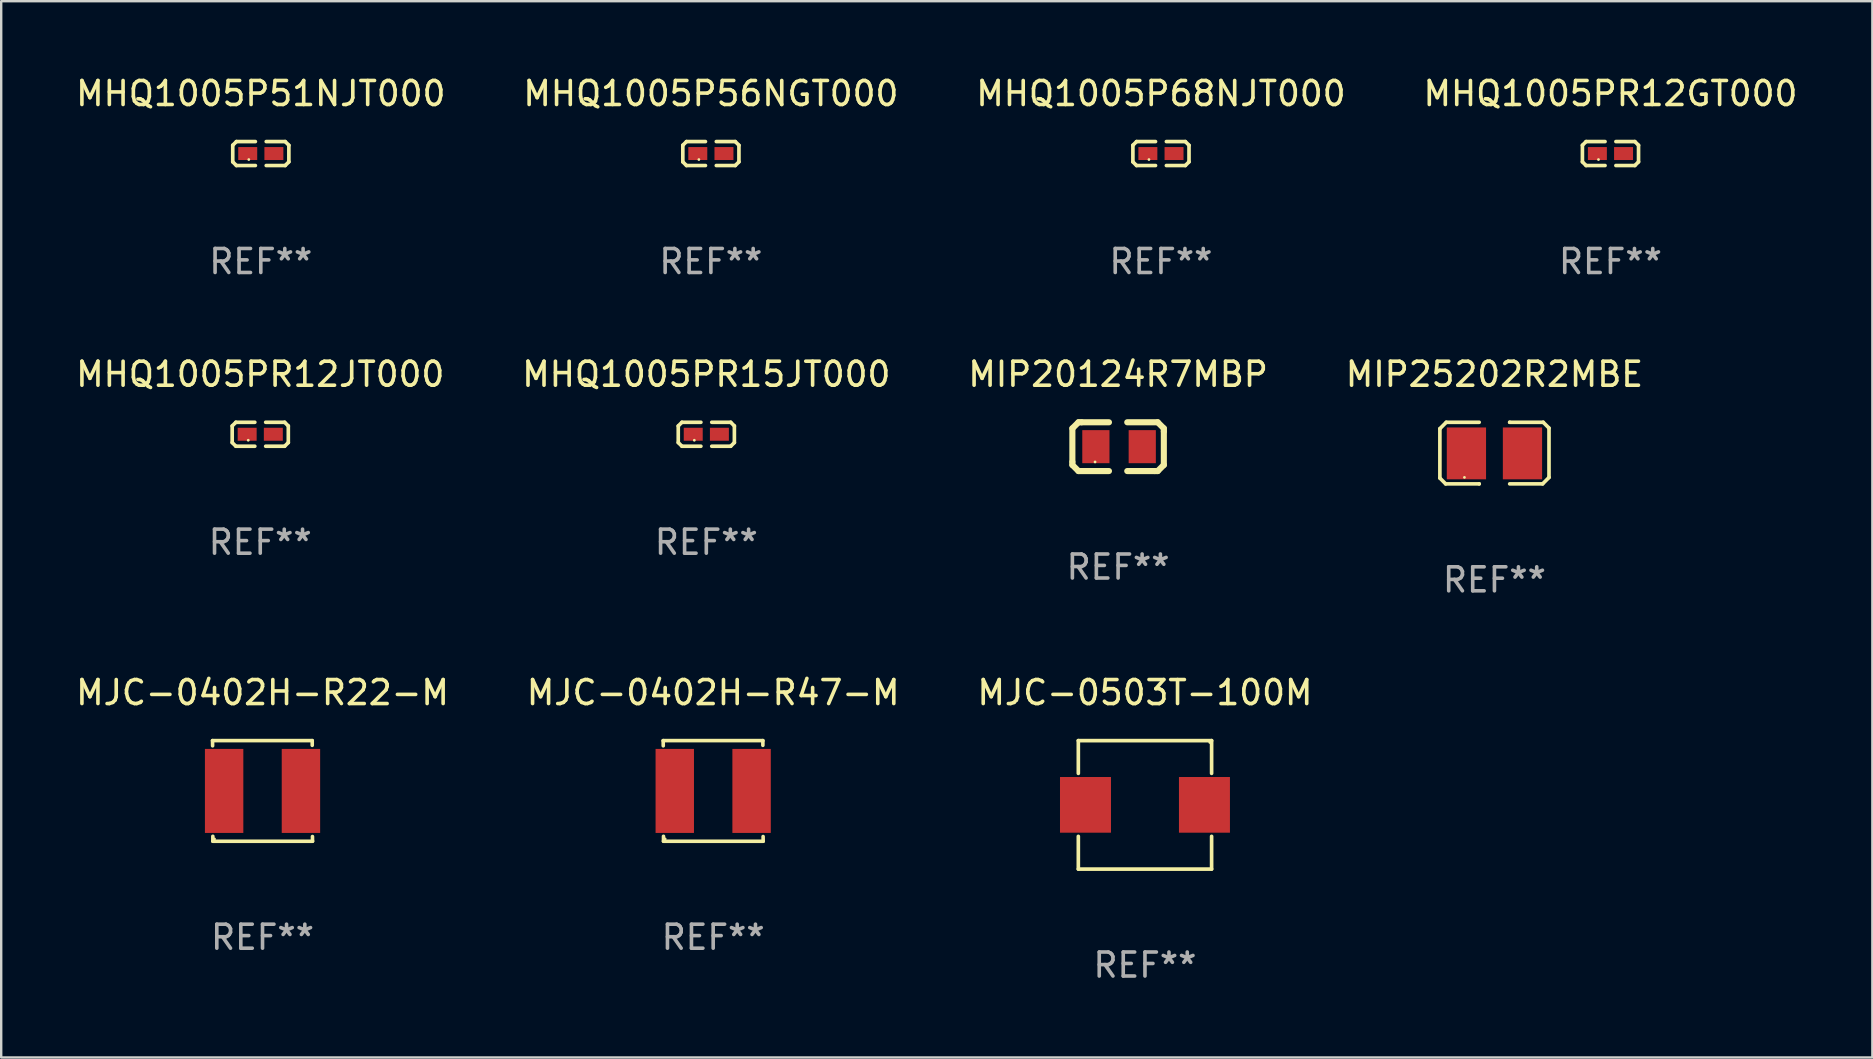
<source format=kicad_pcb>
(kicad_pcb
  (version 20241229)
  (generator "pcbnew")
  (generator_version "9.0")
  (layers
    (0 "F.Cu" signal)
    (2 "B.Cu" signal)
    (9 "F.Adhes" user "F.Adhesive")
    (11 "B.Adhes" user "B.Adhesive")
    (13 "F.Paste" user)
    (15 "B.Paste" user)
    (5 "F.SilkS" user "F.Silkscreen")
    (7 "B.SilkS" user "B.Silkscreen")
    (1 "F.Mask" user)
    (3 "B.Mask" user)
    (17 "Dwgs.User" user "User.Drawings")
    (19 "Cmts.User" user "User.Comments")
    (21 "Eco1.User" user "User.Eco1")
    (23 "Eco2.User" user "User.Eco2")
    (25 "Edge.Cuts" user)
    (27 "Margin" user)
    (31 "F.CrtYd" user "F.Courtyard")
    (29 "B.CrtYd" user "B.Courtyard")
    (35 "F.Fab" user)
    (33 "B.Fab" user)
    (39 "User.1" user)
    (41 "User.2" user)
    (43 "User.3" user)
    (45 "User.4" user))
  (footprint "MJC-0402H-R22-M"
    (layer "F.Cu")
    (at 7.887 29.9)
    (property "Reference" "MJC-0402H-R22-M" (at 0 -4.096 0) (layer "F.SilkS") (effects (font (size 1 1) (thickness 0.15))))
    (attr through_hole)
    (fp_line (start -2.083 -2.096) (end -2.08 -1.88) (stroke (width 0.15) (type solid)) (layer "F.SilkS"))
    (fp_line (start -2.07 1.89) (end -2.07 2.096) (stroke (width 0.15) (type solid)) (layer "F.SilkS"))
    (fp_line (start -2.07 2.096) (end 2.083 2.096) (stroke (width 0.15) (type solid)) (layer "F.SilkS"))
    (fp_line (start 2.07 -1.9) (end 2.07 -2.096) (stroke (width 0.15) (type solid)) (layer "F.SilkS"))
    (fp_line (start 2.07 -2.096) (end -2.083 -2.096) (stroke (width 0.15) (type solid)) (layer "F.SilkS"))
    (fp_line (start 2.083 2.096) (end 2.08 1.9) (stroke (width 0.15) (type solid)) (layer "F.SilkS"))
    (fp_circle (center -2 2) (end -1.97 2) (stroke (width 0.06) (type solid)) (fill no) (layer "F.SilkS"))
    (fp_text user "REF**" (at 0 6.096 0) (layer "F.Fab") (effects (font (size 1 1) (thickness 0.15))))
    (pad "1" smd rect (at -1.6 -0.000343) (size 1.6 3.5) (layers "F.Cu" "F.Mask" "F.Paste"))
    (pad "2" smd rect (at 1.6 -0.000343) (size 1.6 3.5) (layers "F.Cu" "F.Mask" "F.Paste")))
  (footprint "MJC-0503T-100M"
    (layer "F.Cu")
    (at 44.649 30.48)
    (property "Reference" "MJC-0503T-100M" (at 0 -4.676 0) (layer "F.SilkS") (effects (font (size 1 1) (thickness 0.15))))
    (attr through_hole)
    (fp_line (start -2.776 -2.676) (end 2.776 -2.676) (stroke (width 0.152) (type solid)) (layer "F.SilkS"))
    (fp_line (start -2.776 -1.312) (end -2.776 -2.676) (stroke (width 0.152) (type solid)) (layer "F.SilkS"))
    (fp_line (start -2.776 1.312) (end -2.776 2.676) (stroke (width 0.152) (type solid)) (layer "F.SilkS"))
    (fp_line (start -2.776 2.676) (end 2.776 2.676) (stroke (width 0.152) (type solid)) (layer "F.SilkS"))
    (fp_line (start 2.776 -2.676) (end 2.776 -1.312) (stroke (width 0.152) (type solid)) (layer "F.SilkS"))
    (fp_line (start 2.776 2.676) (end 2.776 1.312) (stroke (width 0.152) (type solid)) (layer "F.SilkS"))
    (fp_circle (center 2.7 -2.6) (end 2.73 -2.6) (stroke (width 0.06) (type solid)) (fill no) (layer "F.SilkS"))
    (fp_text user "REF**" (at 0 6.676 0) (layer "F.Fab") (effects (font (size 1 1) (thickness 0.15))))
    (pad "1" smd rect (at 2.478 0) (size 2.124 2.32) (layers "F.Cu" "F.Mask" "F.Paste"))
    (pad "2" smd rect (at -2.478 0) (size 2.124 2.32) (layers "F.Cu" "F.Mask" "F.Paste")))
  (footprint "MHQ1005PR15JT000"
    (layer "F.Cu")
    (at 26.375 15.041)
    (property "Reference" "MHQ1005PR15JT000" (at 0 -2.499 0) (layer "F.SilkS") (effects (font (size 1 1) (thickness 0.15))))
    (attr through_hole)
    (fp_line (start -1.169 -0.346) (end -1.016 -0.499) (stroke (width 0.152) (type solid)) (layer "F.SilkS"))
    (fp_line (start -1.169 0.346) (end -1.169 -0.346) (stroke (width 0.152) (type solid)) (layer "F.SilkS"))
    (fp_line (start -1.016 -0.499) (end -0.226 -0.499) (stroke (width 0.152) (type solid)) (layer "F.SilkS"))
    (fp_line (start -1.016 0.499) (end -1.169 0.346) (stroke (width 0.152) (type solid)) (layer "F.SilkS"))
    (fp_line (start -0.226 0.499) (end -1.016 0.499) (stroke (width 0.152) (type solid)) (layer "F.SilkS"))
    (fp_line (start 0.226 0.499) (end 1.016 0.499) (stroke (width 0.152) (type solid)) (layer "F.SilkS"))
    (fp_line (start 1.016 -0.499) (end 0.226 -0.499) (stroke (width 0.152) (type solid)) (layer "F.SilkS"))
    (fp_line (start 1.016 0.499) (end 1.169 0.346) (stroke (width 0.152) (type solid)) (layer "F.SilkS"))
    (fp_line (start 1.169 -0.346) (end 1.016 -0.499) (stroke (width 0.152) (type solid)) (layer "F.SilkS"))
    (fp_line (start 1.169 0.346) (end 1.169 -0.346) (stroke (width 0.152) (type solid)) (layer "F.SilkS"))
    (fp_circle (center -0.5 0.25) (end -0.47 0.25) (stroke (width 0.06) (type solid)) (fill no) (layer "F.SilkS"))
    (fp_text user "REF**" (at 0 4.499 0) (layer "F.Fab") (effects (font (size 1 1) (thickness 0.15))))
    (pad "1" smd rect (at -0.545 0) (size 0.79 0.54) (layers "F.Cu" "F.Mask" "F.Paste"))
    (pad "2" smd rect (at 0.545 0) (size 0.79 0.54) (layers "F.Cu" "F.Mask" "F.Paste")))
  (footprint "MHQ1005P56NGT000"
    (layer "F.Cu")
    (at 26.565 3.347)
    (property "Reference" "MHQ1005P56NGT000" (at 0 -2.499 0) (layer "F.SilkS") (effects (font (size 1 1) (thickness 0.15))))
    (attr through_hole)
    (fp_line (start -1.169 -0.346) (end -1.016 -0.499) (stroke (width 0.152) (type solid)) (layer "F.SilkS"))
    (fp_line (start -1.169 0.346) (end -1.169 -0.346) (stroke (width 0.152) (type solid)) (layer "F.SilkS"))
    (fp_line (start -1.016 -0.499) (end -0.226 -0.499) (stroke (width 0.152) (type solid)) (layer "F.SilkS"))
    (fp_line (start -1.016 0.499) (end -1.169 0.346) (stroke (width 0.152) (type solid)) (layer "F.SilkS"))
    (fp_line (start -0.226 0.499) (end -1.016 0.499) (stroke (width 0.152) (type solid)) (layer "F.SilkS"))
    (fp_line (start 0.226 0.499) (end 1.016 0.499) (stroke (width 0.152) (type solid)) (layer "F.SilkS"))
    (fp_line (start 1.016 -0.499) (end 0.226 -0.499) (stroke (width 0.152) (type solid)) (layer "F.SilkS"))
    (fp_line (start 1.016 0.499) (end 1.169 0.346) (stroke (width 0.152) (type solid)) (layer "F.SilkS"))
    (fp_line (start 1.169 -0.346) (end 1.016 -0.499) (stroke (width 0.152) (type solid)) (layer "F.SilkS"))
    (fp_line (start 1.169 0.346) (end 1.169 -0.346) (stroke (width 0.152) (type solid)) (layer "F.SilkS"))
    (fp_circle (center -0.5 0.25) (end -0.47 0.25) (stroke (width 0.06) (type solid)) (fill no) (layer "F.SilkS"))
    (fp_text user "REF**" (at 0 4.499 0) (layer "F.Fab") (effects (font (size 1 1) (thickness 0.15))))
    (pad "1" smd rect (at -0.545 0) (size 0.79 0.54) (layers "F.Cu" "F.Mask" "F.Paste"))
    (pad "2" smd rect (at 0.545 0) (size 0.79 0.54) (layers "F.Cu" "F.Mask" "F.Paste")))
  (footprint "MJC-0402H-R47-M"
    (layer "F.Cu")
    (at 26.661 29.9)
    (property "Reference" "MJC-0402H-R47-M" (at 0 -4.096 0) (layer "F.SilkS") (effects (font (size 1 1) (thickness 0.15))))
    (attr through_hole)
    (fp_line (start -2.083 -2.096) (end -2.08 -1.88) (stroke (width 0.15) (type solid)) (layer "F.SilkS"))
    (fp_line (start -2.07 1.89) (end -2.07 2.096) (stroke (width 0.15) (type solid)) (layer "F.SilkS"))
    (fp_line (start -2.07 2.096) (end 2.083 2.096) (stroke (width 0.15) (type solid)) (layer "F.SilkS"))
    (fp_line (start 2.07 -1.9) (end 2.07 -2.096) (stroke (width 0.15) (type solid)) (layer "F.SilkS"))
    (fp_line (start 2.07 -2.096) (end -2.083 -2.096) (stroke (width 0.15) (type solid)) (layer "F.SilkS"))
    (fp_line (start 2.083 2.096) (end 2.08 1.9) (stroke (width 0.15) (type solid)) (layer "F.SilkS"))
    (fp_circle (center -2 2) (end -1.97 2) (stroke (width 0.06) (type solid)) (fill no) (layer "F.SilkS"))
    (fp_text user "REF**" (at 0 6.096 0) (layer "F.Fab") (effects (font (size 1 1) (thickness 0.15))))
    (pad "1" smd rect (at -1.6 -0.000343) (size 1.6 3.5) (layers "F.Cu" "F.Mask" "F.Paste"))
    (pad "2" smd rect (at 1.6 -0.000343) (size 1.6 3.5) (layers "F.Cu" "F.Mask" "F.Paste")))
  (footprint "MHQ1005P51NJT000"
    (layer "F.Cu")
    (at 7.815 3.347)
    (property "Reference" "MHQ1005P51NJT000" (at 0 -2.499 0) (layer "F.SilkS") (effects (font (size 1 1) (thickness 0.15))))
    (attr through_hole)
    (fp_line (start -1.169 -0.346) (end -1.016 -0.499) (stroke (width 0.152) (type solid)) (layer "F.SilkS"))
    (fp_line (start -1.169 0.346) (end -1.169 -0.346) (stroke (width 0.152) (type solid)) (layer "F.SilkS"))
    (fp_line (start -1.016 -0.499) (end -0.226 -0.499) (stroke (width 0.152) (type solid)) (layer "F.SilkS"))
    (fp_line (start -1.016 0.499) (end -1.169 0.346) (stroke (width 0.152) (type solid)) (layer "F.SilkS"))
    (fp_line (start -0.226 0.499) (end -1.016 0.499) (stroke (width 0.152) (type solid)) (layer "F.SilkS"))
    (fp_line (start 0.226 0.499) (end 1.016 0.499) (stroke (width 0.152) (type solid)) (layer "F.SilkS"))
    (fp_line (start 1.016 -0.499) (end 0.226 -0.499) (stroke (width 0.152) (type solid)) (layer "F.SilkS"))
    (fp_line (start 1.016 0.499) (end 1.169 0.346) (stroke (width 0.152) (type solid)) (layer "F.SilkS"))
    (fp_line (start 1.169 -0.346) (end 1.016 -0.499) (stroke (width 0.152) (type solid)) (layer "F.SilkS"))
    (fp_line (start 1.169 0.346) (end 1.169 -0.346) (stroke (width 0.152) (type solid)) (layer "F.SilkS"))
    (fp_circle (center -0.5 0.25) (end -0.47 0.25) (stroke (width 0.06) (type solid)) (fill no) (layer "F.SilkS"))
    (fp_text user "REF**" (at 0 4.499 0) (layer "F.Fab") (effects (font (size 1 1) (thickness 0.15))))
    (pad "1" smd rect (at -0.545 0) (size 0.79 0.54) (layers "F.Cu" "F.Mask" "F.Paste"))
    (pad "2" smd rect (at 0.545 0) (size 0.79 0.54) (layers "F.Cu" "F.Mask" "F.Paste")))
  (footprint "MHQ1005PR12JT000"
    (layer "F.Cu")
    (at 7.792 15.041)
    (property "Reference" "MHQ1005PR12JT000" (at 0 -2.499 0) (layer "F.SilkS") (effects (font (size 1 1) (thickness 0.15))))
    (attr through_hole)
    (fp_line (start -1.169 -0.346) (end -1.016 -0.499) (stroke (width 0.152) (type solid)) (layer "F.SilkS"))
    (fp_line (start -1.169 0.346) (end -1.169 -0.346) (stroke (width 0.152) (type solid)) (layer "F.SilkS"))
    (fp_line (start -1.016 -0.499) (end -0.226 -0.499) (stroke (width 0.152) (type solid)) (layer "F.SilkS"))
    (fp_line (start -1.016 0.499) (end -1.169 0.346) (stroke (width 0.152) (type solid)) (layer "F.SilkS"))
    (fp_line (start -0.226 0.499) (end -1.016 0.499) (stroke (width 0.152) (type solid)) (layer "F.SilkS"))
    (fp_line (start 0.226 0.499) (end 1.016 0.499) (stroke (width 0.152) (type solid)) (layer "F.SilkS"))
    (fp_line (start 1.016 -0.499) (end 0.226 -0.499) (stroke (width 0.152) (type solid)) (layer "F.SilkS"))
    (fp_line (start 1.016 0.499) (end 1.169 0.346) (stroke (width 0.152) (type solid)) (layer "F.SilkS"))
    (fp_line (start 1.169 -0.346) (end 1.016 -0.499) (stroke (width 0.152) (type solid)) (layer "F.SilkS"))
    (fp_line (start 1.169 0.346) (end 1.169 -0.346) (stroke (width 0.152) (type solid)) (layer "F.SilkS"))
    (fp_circle (center -0.5 0.25) (end -0.47 0.25) (stroke (width 0.06) (type solid)) (fill no) (layer "F.SilkS"))
    (fp_text user "REF**" (at 0 4.499 0) (layer "F.Fab") (effects (font (size 1 1) (thickness 0.15))))
    (pad "1" smd rect (at -0.545 0) (size 0.79 0.54) (layers "F.Cu" "F.Mask" "F.Paste"))
    (pad "2" smd rect (at 0.545 0) (size 0.79 0.54) (layers "F.Cu" "F.Mask" "F.Paste")))
  (footprint "MIP25202R2MBE"
    (layer "F.Cu")
    (at 59.208 15.825)
    (property "Reference" "MIP25202R2MBE" (at 0 -3.283 0) (layer "F.SilkS") (effects (font (size 1 1) (thickness 0.15))))
    (attr through_hole)
    (fp_line (start -2.273 -1.016) (end -2.007 -1.283) (stroke (width 0.152) (type solid)) (layer "F.SilkS"))
    (fp_line (start -2.273 1.041) (end -2.273 -1.016) (stroke (width 0.152) (type solid)) (layer "F.SilkS"))
    (fp_line (start -2.032 1.283) (end -2.273 1.041) (stroke (width 0.152) (type solid)) (layer "F.SilkS"))
    (fp_line (start -2.007 -1.283) (end -0.635 -1.283) (stroke (width 0.152) (type solid)) (layer "F.SilkS"))
    (fp_line (start -0.635 1.283) (end -2.032 1.283) (stroke (width 0.152) (type solid)) (layer "F.SilkS"))
    (fp_line (start -0.635 1.283) (end -0.635 1.283) (stroke (width 0.152) (type solid)) (layer "F.SilkS"))
    (fp_line (start 0.635 -1.283) (end 0.635 -1.283) (stroke (width 0.152) (type solid)) (layer "F.SilkS"))
    (fp_line (start 0.635 -1.283) (end 2.032 -1.283) (stroke (width 0.152) (type solid)) (layer "F.SilkS"))
    (fp_line (start 2.007 1.283) (end 0.635 1.283) (stroke (width 0.152) (type solid)) (layer "F.SilkS"))
    (fp_line (start 2.032 -1.283) (end 2.273 -1.041) (stroke (width 0.152) (type solid)) (layer "F.SilkS"))
    (fp_line (start 2.273 -1.041) (end 2.273 1.016) (stroke (width 0.152) (type solid)) (layer "F.SilkS"))
    (fp_line (start 2.273 1.016) (end 2.007 1.283) (stroke (width 0.152) (type solid)) (layer "F.SilkS"))
    (fp_circle (center -1.25 1.013) (end -1.22 1.013) (stroke (width 0.06) (type solid)) (fill no) (layer "F.SilkS"))
    (fp_text user "REF**" (at 0 5.283 0) (layer "F.Fab") (effects (font (size 1 1) (thickness 0.15))))
    (pad "1" smd rect (at -1.167 0.013) (size 1.635 2.16) (layers "F.Cu" "F.Mask" "F.Paste"))
    (pad "2" smd rect (at 1.168 0.013) (size 1.635 2.16) (layers "F.Cu" "F.Mask" "F.Paste")))
  (footprint "MHQ1005PR12GT000"
    (layer "F.Cu")
    (at 64.042 3.347)
    (property "Reference" "MHQ1005PR12GT000" (at 0 -2.499 0) (layer "F.SilkS") (effects (font (size 1 1) (thickness 0.15))))
    (attr through_hole)
    (fp_line (start -1.169 -0.346) (end -1.016 -0.499) (stroke (width 0.152) (type solid)) (layer "F.SilkS"))
    (fp_line (start -1.169 0.346) (end -1.169 -0.346) (stroke (width 0.152) (type solid)) (layer "F.SilkS"))
    (fp_line (start -1.016 -0.499) (end -0.226 -0.499) (stroke (width 0.152) (type solid)) (layer "F.SilkS"))
    (fp_line (start -1.016 0.499) (end -1.169 0.346) (stroke (width 0.152) (type solid)) (layer "F.SilkS"))
    (fp_line (start -0.226 0.499) (end -1.016 0.499) (stroke (width 0.152) (type solid)) (layer "F.SilkS"))
    (fp_line (start 0.226 0.499) (end 1.016 0.499) (stroke (width 0.152) (type solid)) (layer "F.SilkS"))
    (fp_line (start 1.016 -0.499) (end 0.226 -0.499) (stroke (width 0.152) (type solid)) (layer "F.SilkS"))
    (fp_line (start 1.016 0.499) (end 1.169 0.346) (stroke (width 0.152) (type solid)) (layer "F.SilkS"))
    (fp_line (start 1.169 -0.346) (end 1.016 -0.499) (stroke (width 0.152) (type solid)) (layer "F.SilkS"))
    (fp_line (start 1.169 0.346) (end 1.169 -0.346) (stroke (width 0.152) (type solid)) (layer "F.SilkS"))
    (fp_circle (center -0.5 0.25) (end -0.47 0.25) (stroke (width 0.06) (type solid)) (fill no) (layer "F.SilkS"))
    (fp_text user "REF**" (at 0 4.499 0) (layer "F.Fab") (effects (font (size 1 1) (thickness 0.15))))
    (pad "1" smd rect (at -0.545 0) (size 0.79 0.54) (layers "F.Cu" "F.Mask" "F.Paste"))
    (pad "2" smd rect (at 0.545 0) (size 0.79 0.54) (layers "F.Cu" "F.Mask" "F.Paste")))
  (footprint "MIP20124R7MBP"
    (layer "F.Cu")
    (at 43.53 15.558)
    (property "Reference" "MIP20124R7MBP" (at 0 -3.016 0) (layer "F.SilkS") (effects (font (size 1 1) (thickness 0.15))))
    (attr through_hole)
    (fp_line (start -1.905 -0.762) (end -1.905 0.635) (stroke (width 0.254) (type solid)) (layer "F.SilkS"))
    (fp_line (start -1.905 0.635) (end -1.905 0.762) (stroke (width 0.254) (type solid)) (layer "F.SilkS"))
    (fp_line (start -1.905 0.762) (end -1.651 1.016) (stroke (width 0.254) (type solid)) (layer "F.SilkS"))
    (fp_line (start -1.651 -1.016) (end -1.905 -0.762) (stroke (width 0.254) (type solid)) (layer "F.SilkS"))
    (fp_line (start -1.651 1.016) (end -0.381 1.016) (stroke (width 0.254) (type solid)) (layer "F.SilkS"))
    (fp_line (start -1.524 -1.016) (end -1.651 -1.016) (stroke (width 0.254) (type solid)) (layer "F.SilkS"))
    (fp_line (start -0.381 -1.016) (end -1.524 -1.016) (stroke (width 0.254) (type solid)) (layer "F.SilkS"))
    (fp_line (start 0.381 1.016) (end 1.524 1.016) (stroke (width 0.254) (type solid)) (layer "F.SilkS"))
    (fp_line (start 1.524 1.016) (end 1.651 1.016) (stroke (width 0.254) (type solid)) (layer "F.SilkS"))
    (fp_line (start 1.651 -1.016) (end 0.381 -1.016) (stroke (width 0.254) (type solid)) (layer "F.SilkS"))
    (fp_line (start 1.651 1.016) (end 1.905 0.762) (stroke (width 0.254) (type solid)) (layer "F.SilkS"))
    (fp_line (start 1.905 -0.762) (end 1.651 -1.016) (stroke (width 0.254) (type solid)) (layer "F.SilkS"))
    (fp_line (start 1.905 -0.635) (end 1.905 -0.762) (stroke (width 0.254) (type solid)) (layer "F.SilkS"))
    (fp_line (start 1.905 0.762) (end 1.905 -0.635) (stroke (width 0.254) (type solid)) (layer "F.SilkS"))
    (fp_circle (center -0.96 0.637) (end -0.93 0.637) (stroke (width 0.06) (type solid)) (fill no) (layer "F.SilkS"))
    (fp_text user "REF**" (at 0 5.016 0) (layer "F.Fab") (effects (font (size 1 1) (thickness 0.15))))
    (pad "1" smd rect (at -0.926 -0.000051) (size 1.133 1.377) (layers "F.Cu" "F.Mask" "F.Paste"))
    (pad "2" smd rect (at 1.006 -0.000051) (size 1.133 1.377) (layers "F.Cu" "F.Mask" "F.Paste")))
  (footprint "MHQ1005P68NJT000"
    (layer "F.Cu")
    (at 45.315 3.347)
    (property "Reference" "MHQ1005P68NJT000" (at 0 -2.499 0) (layer "F.SilkS") (effects (font (size 1 1) (thickness 0.15))))
    (attr through_hole)
    (fp_line (start -1.169 -0.346) (end -1.016 -0.499) (stroke (width 0.152) (type solid)) (layer "F.SilkS"))
    (fp_line (start -1.169 0.346) (end -1.169 -0.346) (stroke (width 0.152) (type solid)) (layer "F.SilkS"))
    (fp_line (start -1.016 -0.499) (end -0.226 -0.499) (stroke (width 0.152) (type solid)) (layer "F.SilkS"))
    (fp_line (start -1.016 0.499) (end -1.169 0.346) (stroke (width 0.152) (type solid)) (layer "F.SilkS"))
    (fp_line (start -0.226 0.499) (end -1.016 0.499) (stroke (width 0.152) (type solid)) (layer "F.SilkS"))
    (fp_line (start 0.226 0.499) (end 1.016 0.499) (stroke (width 0.152) (type solid)) (layer "F.SilkS"))
    (fp_line (start 1.016 -0.499) (end 0.226 -0.499) (stroke (width 0.152) (type solid)) (layer "F.SilkS"))
    (fp_line (start 1.016 0.499) (end 1.169 0.346) (stroke (width 0.152) (type solid)) (layer "F.SilkS"))
    (fp_line (start 1.169 -0.346) (end 1.016 -0.499) (stroke (width 0.152) (type solid)) (layer "F.SilkS"))
    (fp_line (start 1.169 0.346) (end 1.169 -0.346) (stroke (width 0.152) (type solid)) (layer "F.SilkS"))
    (fp_circle (center -0.5 0.25) (end -0.47 0.25) (stroke (width 0.06) (type solid)) (fill no) (layer "F.SilkS"))
    (fp_text user "REF**" (at 0 4.499 0) (layer "F.Fab") (effects (font (size 1 1) (thickness 0.15))))
    (pad "1" smd rect (at -0.545 0) (size 0.79 0.54) (layers "F.Cu" "F.Mask" "F.Paste"))
    (pad "2" smd rect (at 0.545 0) (size 0.79 0.54) (layers "F.Cu" "F.Mask" "F.Paste")))
  (gr_rect
    (start -3 -3)
    (end 74.952 41.005)
    (stroke (width 0.1) (type default))
    (fill no)
    (layer "Edge.Cuts")))
</source>
